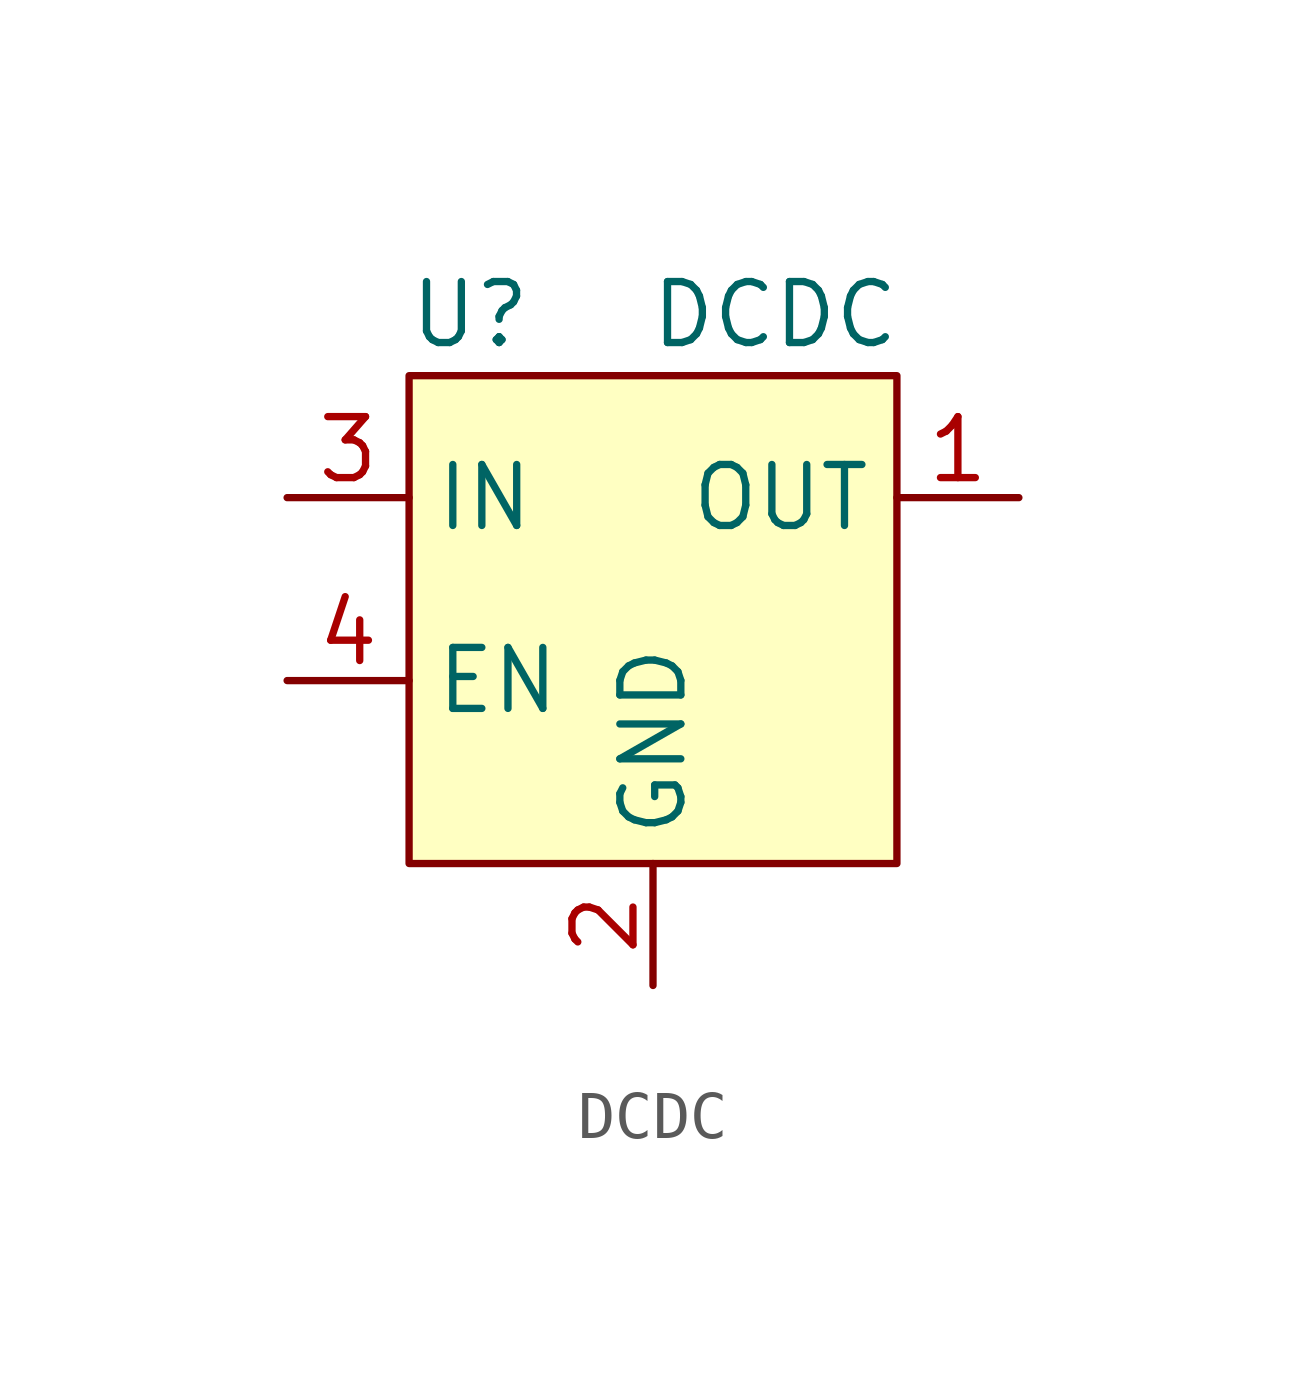
<source format=kicad_sym>
(kicad_symbol_lib
  (version 20211014)
  (generator kicad_symbol_editor)
  (symbol "DCDC"
    (property "Reference" "U"
      (at 1.27 1.27 0)
      (effects (font (size 1.27 1.27))))
    (property "Value" "DCDC"
      (at 7.62 1.27 0)
      (effects (font (size 1.27 1.27))))
    (symbol "DCDC_0_1"
      (rectangle (start 0 0) (end 10.16 -10.16) (stroke (width 0) (type default) (color 0 0 0 0)) (fill (type background))))
    (symbol "DCDC_1_1"
      (pin power_out line (at 12.7 -2.54 180) (length 2.54) (name "OUT" (effects (font (size 1.27 1.27)))) (number "1" (effects (font (size 1.27 1.27)))))
      (pin power_in line (at 5.08 -12.7 90) (length 2.54) (name "GND" (effects (font (size 1.27 1.27)))) (number "2" (effects (font (size 1.27 1.27)))))
      (pin power_in line (at -2.54 -2.54 0) (length 2.54) (name "IN" (effects (font (size 1.27 1.27)))) (number "3" (effects (font (size 1.27 1.27)))))
      (pin input line (at -2.54 -6.35 0) (length 2.54) (name "EN" (effects (font (size 1.27 1.27)))) (number "4" (effects (font (size 1.27 1.27))))))))
</source>
